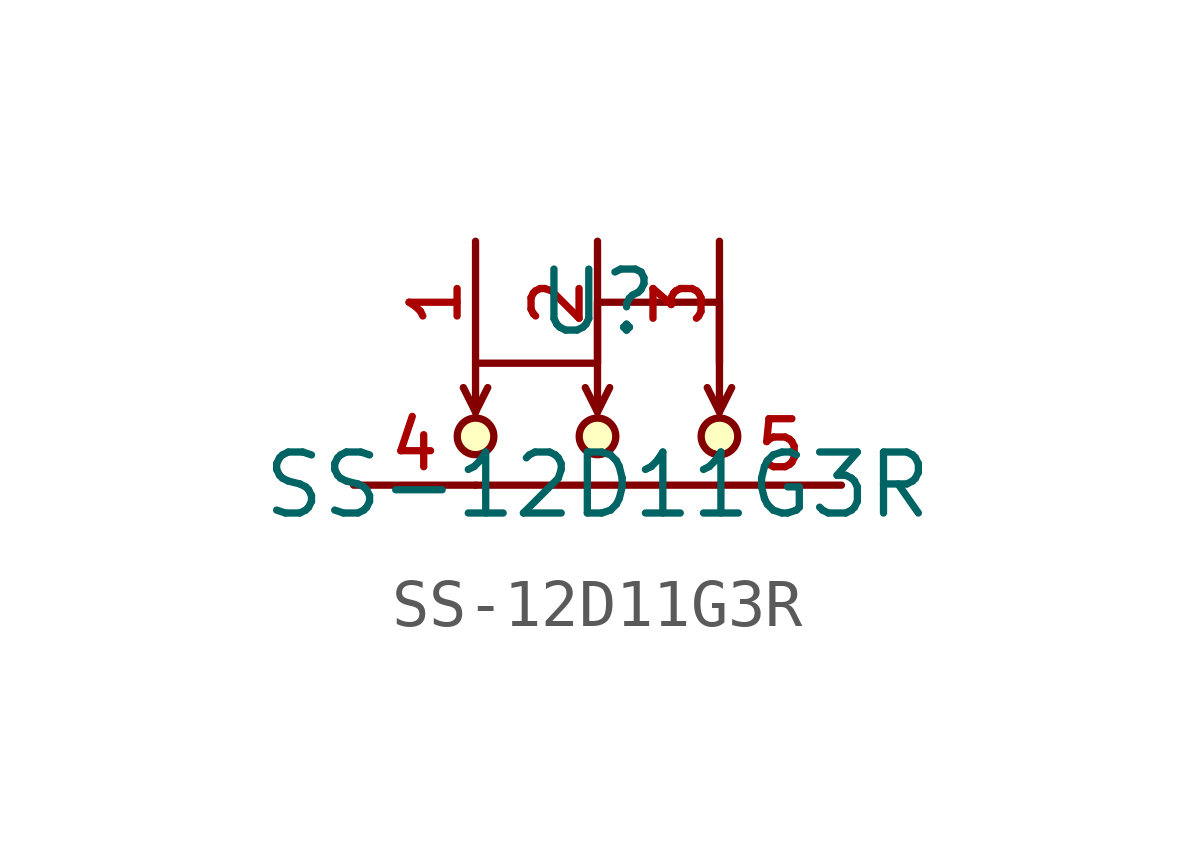
<source format=kicad_sym>
(kicad_symbol_lib
  (version 20210201)
  (generator TousstNicolas/JLC2KiCad_lib)
  (symbol "SS-12D11G3R"
    (pin_names hide)
    (property "Reference" "U"
      (at 0 1.27 0)
      (effects (font (size 1.27 1.27))))
    (property "Value" "SS-12D11G3R"
      (at 0 -2.54 0)
      (effects (font (size 1.27 1.27))))
    (symbol "SS-12D11G3R_0_1"
      (pin unspecified line (at 2.54 2.54 270) (length 2.54) (name "3" (effects (font (size 1 1)))) (number "3" (effects (font (size 1 1)))))
      (pin unspecified line (at 0.0 2.54 270) (length 2.54) (name "2" (effects (font (size 1 1)))) (number "2" (effects (font (size 1 1)))))
      (polyline (pts (xy 2.54 -1.016) (xy 2.286 -0.508)) (stroke (width 0) (type default) (color 0 0 0 0)) (fill (type none)))
      (polyline (pts (xy 0.0 -0.0) (xy 0.0 1.27) (xy 2.54 1.27) (xy 2.54 -1.016) (xy 2.794 -0.508)) (stroke (width 0) (type default) (color 0 0 0 0)) (fill (type none)))
      (polyline (pts (xy -2.54 -1.016) (xy -2.794 -0.508)) (stroke (width 0) (type default) (color 0 0 0 0)) (fill (type none)))
      (polyline (pts (xy -2.54 -1.016) (xy -2.286 -0.508)) (stroke (width 0) (type default) (color 0 0 0 0)) (fill (type none)))
      (polyline (pts (xy 0.0 -1.016) (xy -0.254 -0.508)) (stroke (width 0) (type default) (color 0 0 0 0)) (fill (type none)))
      (polyline (pts (xy -2.54 -1.016) (xy -2.54 -0.0) (xy 0.0 -0.0) (xy 0.0 -1.016) (xy 0.254 -0.508)) (stroke (width 0) (type default) (color 0 0 0 0)) (fill (type none)))
      (circle (center 2.54 -1.524) (radius 0.381) (stroke (width 0) (type default) (color 0 0 0 0)) (fill (type background)))
      (circle (center 0.0 -1.524) (radius 0.381) (stroke (width 0) (type default) (color 0 0 0 0)) (fill (type background)))
      (circle (center -2.54 -1.524) (radius 0.381) (stroke (width 0) (type default) (color 0 0 0 0)) (fill (type background)))
      (pin unspecified line (at -2.54 2.54 270) (length 2.54) (name "1" (effects (font (size 1 1)))) (number "1" (effects (font (size 1 1)))))
      (pin unspecified line (at -5.08 -2.54 0) (length 2.54) (name "4" (effects (font (size 1 1)))) (number "4" (effects (font (size 1 1)))))
      (pin unspecified line (at 5.08 -2.54 180) (length 2.54) (name "5" (effects (font (size 1 1)))) (number "5" (effects (font (size 1 1)))))
      (polyline (pts (xy -2.54 -2.54) (xy 2.54 -2.54)) (stroke (width 0) (type default) (color 0 0 0 0)) (fill (type none))))))
</source>
